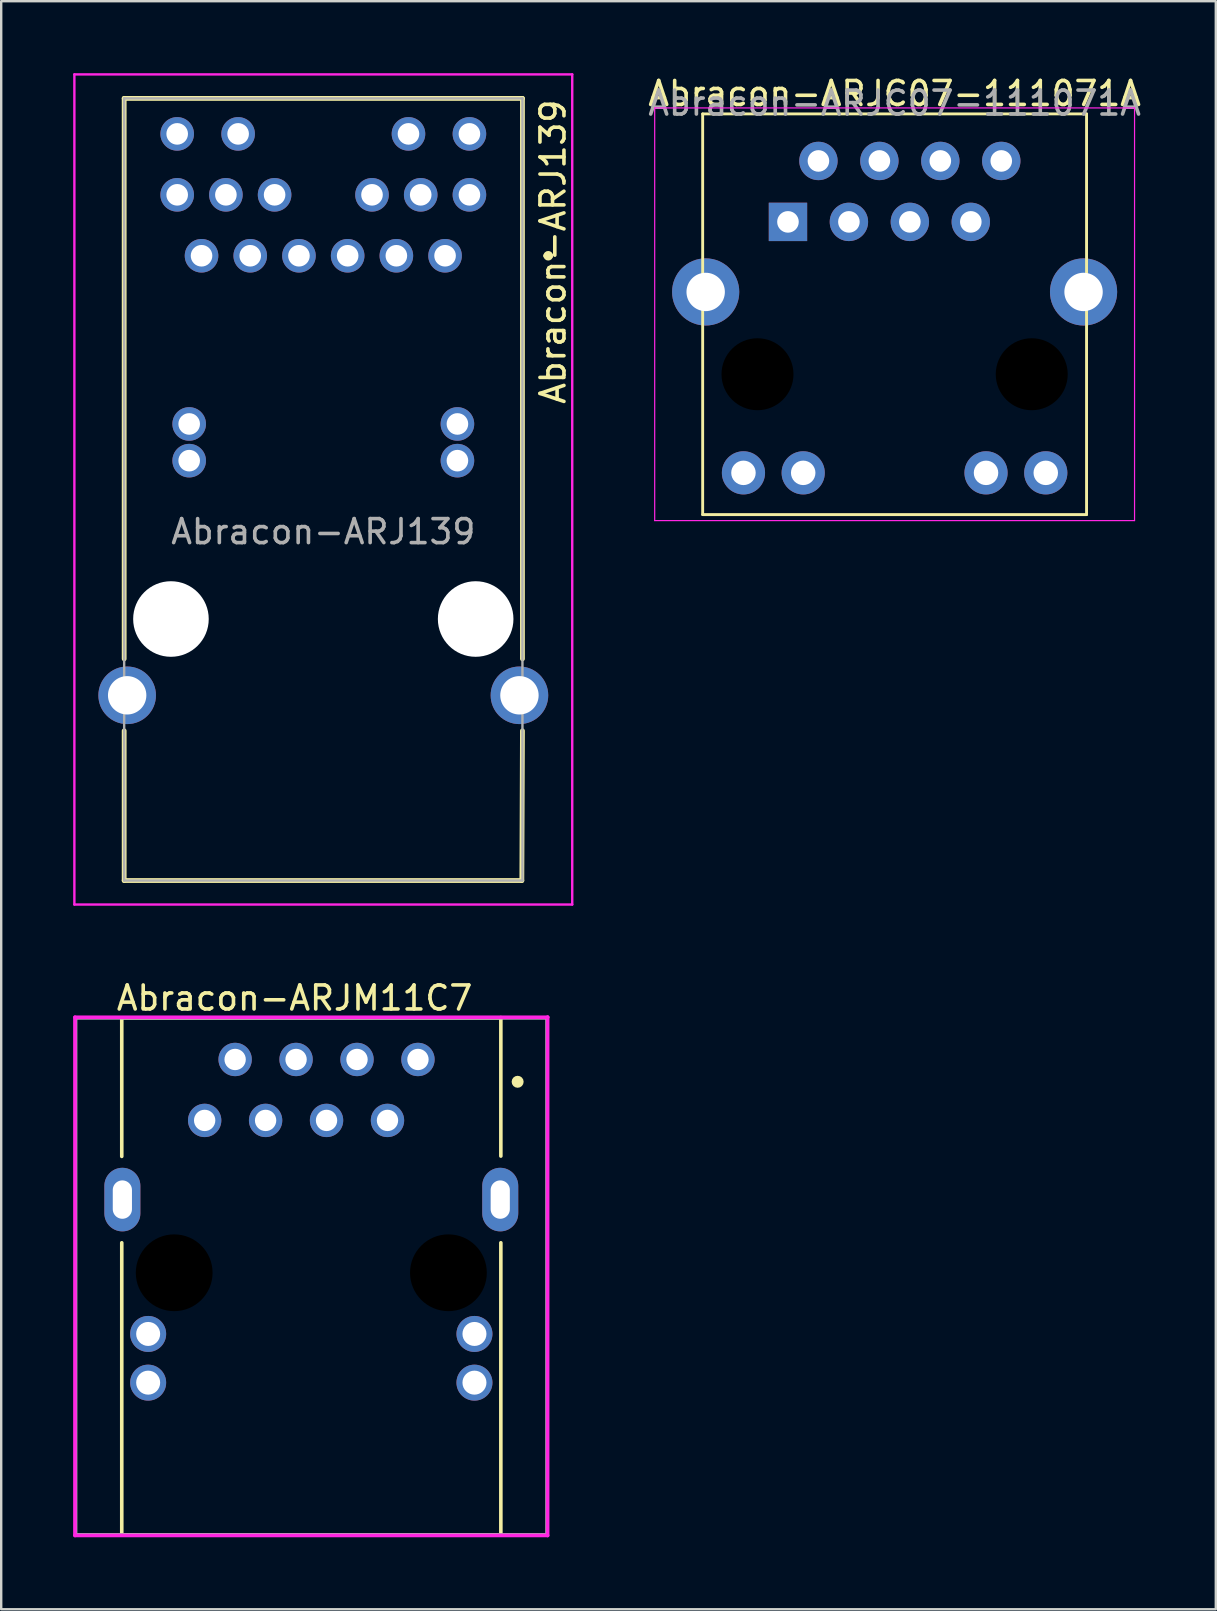
<source format=kicad_pcb>
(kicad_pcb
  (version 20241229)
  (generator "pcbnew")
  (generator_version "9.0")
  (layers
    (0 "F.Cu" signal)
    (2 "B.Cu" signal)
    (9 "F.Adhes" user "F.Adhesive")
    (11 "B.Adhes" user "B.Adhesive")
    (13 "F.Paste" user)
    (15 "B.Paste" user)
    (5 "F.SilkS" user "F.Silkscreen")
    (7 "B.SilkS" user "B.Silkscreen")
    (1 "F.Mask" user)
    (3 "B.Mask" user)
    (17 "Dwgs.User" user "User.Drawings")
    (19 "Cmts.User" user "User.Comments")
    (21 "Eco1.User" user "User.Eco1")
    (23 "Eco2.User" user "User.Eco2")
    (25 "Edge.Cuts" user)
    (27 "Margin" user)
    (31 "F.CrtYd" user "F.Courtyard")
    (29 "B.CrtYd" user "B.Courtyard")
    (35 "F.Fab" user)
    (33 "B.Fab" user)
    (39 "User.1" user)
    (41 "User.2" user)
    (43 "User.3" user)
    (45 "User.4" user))
  (footprint "Abracon-ARJC07-111071A"
    (layer "F.Cu")
    (at 34.237 10.048)
    (property "Reference" "Abracon-ARJC07-111071A" (at 0 -9.2 0) (unlocked yes) (layer "F.SilkS") (effects (font (size 1 1) (thickness 0.15))))
    (attr through_hole)
    (fp_line (start -8 8.35) (end -8 -8.35) (stroke (width 0.12) (type solid)) (layer "F.SilkS"))
    (fp_line (start 8 -8.35) (end -8 -8.35) (stroke (width 0.12) (type solid)) (layer "F.SilkS"))
    (fp_line (start 8 8.35) (end -8 8.35) (stroke (width 0.12) (type solid)) (layer "F.SilkS"))
    (fp_line (start 8 8.35) (end 8 -8.35) (stroke (width 0.12) (type solid)) (layer "F.SilkS"))
    (fp_line (start -10 -8.6) (end 10 -8.6) (stroke (width 0.05) (type solid)) (layer "F.CrtYd"))
    (fp_line (start -10 8.6) (end -10 -8.6) (stroke (width 0.05) (type solid)) (layer "F.CrtYd"))
    (fp_line (start 10 -8.6) (end 10 8.6) (stroke (width 0.05) (type solid)) (layer "F.CrtYd"))
    (fp_line (start 10 8.6) (end -10 8.6) (stroke (width 0.05) (type solid)) (layer "F.CrtYd"))
    (fp_text user "${REFERENCE}" (at 0 -8.8 0) (unlocked yes) (layer "F.Fab") (effects (font (size 1 1) (thickness 0.15))))
    (pad "" np_thru_hole circle (at -5.715 2.5) (size 3.2 3.2) (drill 3) (layers "*.Mask"))
    (pad "" np_thru_hole circle (at 5.715 2.5) (size 3.2 3.2) (drill 3) (layers "*.Mask"))
    (pad "1" thru_hole rect (at -4.445 -3.85) (size 1.6 1.6) (drill 0.9) (layers "*.Cu" "*.Mask"))
    (pad "2" thru_hole circle (at -3.175 -6.39) (size 1.6 1.6) (drill 0.9) (layers "*.Cu" "*.Mask"))
    (pad "3" thru_hole circle (at -1.905 -3.85) (size 1.6 1.6) (drill 0.9) (layers "*.Cu" "*.Mask"))
    (pad "4" thru_hole circle (at -0.635 -6.39) (size 1.6 1.6) (drill 0.9) (layers "*.Cu" "*.Mask"))
    (pad "5" thru_hole circle (at 0.635 -3.85) (size 1.6 1.6) (drill 0.9) (layers "*.Cu" "*.Mask"))
    (pad "6" thru_hole circle (at 1.905 -6.39) (size 1.6 1.6) (drill 0.9) (layers "*.Cu" "*.Mask"))
    (pad "7" thru_hole circle (at 3.175 -3.85) (size 1.6 1.6) (drill 0.9) (layers "*.Cu" "*.Mask"))
    (pad "8" thru_hole circle (at 4.445 -6.39) (size 1.6 1.6) (drill 0.9) (layers "*.Cu" "*.Mask"))
    (pad "9" thru_hole circle (at -6.3 6.61) (size 1.8 1.8) (drill 1.02) (layers "*.Cu" "*.Mask"))
    (pad "10" thru_hole circle (at -3.81 6.61) (size 1.8 1.8) (drill 1.02) (layers "*.Cu" "*.Mask"))
    (pad "11" thru_hole circle (at 3.81 6.61) (size 1.8 1.8) (drill 1.02) (layers "*.Cu" "*.Mask"))
    (pad "12" thru_hole circle (at 6.3 6.61) (size 1.8 1.8) (drill 1.02) (layers "*.Cu" "*.Mask"))
    (pad "S1" thru_hole circle (at -7.875 -0.93) (size 2.8 2.8) (drill 1.6) (layers "*.Cu" "*.Mask"))
    (pad "S2" thru_hole circle (at 7.875 -0.93) (size 2.8 2.8) (drill 1.6) (layers "*.Cu" "*.Mask")))
  (footprint "Abracon-ARJ139"
    (layer "F.Cu")
    (at 15.5 7.61)
    (property "Reference" "Abracon-ARJ139" (at 4.5 -6.6 90) (layer "F.SilkS") (effects (font (size 1 1) (thickness 0.15)) (justify right)))
    (attr through_hole)
    (fp_line (start -13.375 -6.56) (end 3.225 -6.56) (stroke (width 0.2) (type solid)) (layer "F.SilkS"))
    (fp_line (start -13.375 16.8) (end -13.375 -6.56) (stroke (width 0.2) (type solid)) (layer "F.SilkS"))
    (fp_line (start -13.375 26.04) (end -13.375 19.8) (stroke (width 0.2) (type solid)) (layer "F.SilkS"))
    (fp_line (start 3.2 26.04) (end -13.375 26.04) (stroke (width 0.2) (type solid)) (layer "F.SilkS"))
    (fp_line (start 3.225 -6.56) (end 3.225 16.8) (stroke (width 0.2) (type solid)) (layer "F.SilkS"))
    (fp_line (start 3.225 19.8) (end 3.2 26.04) (stroke (width 0.2) (type solid)) (layer "F.SilkS"))
    (fp_line (start 4.2 0) (end 4.2 0) (stroke (width 0.2) (type solid)) (layer "F.SilkS"))
    (fp_line (start 4.4 0) (end 4.4 0) (stroke (width 0.2) (type solid)) (layer "F.SilkS"))
    (fp_arc (start 4.2 0) (mid 4.3 -0.1) (end 4.4 0) (stroke (width 0.2) (type solid)) (layer "F.SilkS"))
    (fp_arc (start 4.4 0) (mid 4.3 0.1) (end 4.2 0) (stroke (width 0.2) (type solid)) (layer "F.SilkS"))
    (fp_line (start -15.45 -7.56) (end 5.3 -7.56) (stroke (width 0.1) (type solid)) (layer "F.CrtYd"))
    (fp_line (start -15.45 27.04) (end -15.45 -7.56) (stroke (width 0.1) (type solid)) (layer "F.CrtYd"))
    (fp_line (start 5.3 -7.56) (end 5.3 27.04) (stroke (width 0.1) (type solid)) (layer "F.CrtYd"))
    (fp_line (start 5.3 27.04) (end -15.45 27.04) (stroke (width 0.1) (type solid)) (layer "F.CrtYd"))
    (fp_line (start -13.375 -6.56) (end 3.225 -6.56) (stroke (width 0.1) (type solid)) (layer "F.Fab"))
    (fp_line (start -13.375 26.04) (end -13.375 -6.56) (stroke (width 0.1) (type solid)) (layer "F.Fab"))
    (fp_line (start 3.225 -6.56) (end 3.225 26.04) (stroke (width 0.1) (type solid)) (layer "F.Fab"))
    (fp_line (start 3.225 26.04) (end -13.375 26.04) (stroke (width 0.1) (type solid)) (layer "F.Fab"))
    (fp_text user "${REFERENCE}" (at -5.075 11.5 0) (layer "F.Fab") (effects (font (size 1 1) (thickness 0.15))))
    (pad "" np_thru_hole circle (at -11.425 15.14) (size 3.15 3.15) (drill 3.15) (layers "*.Cu" "*.Mask"))
    (pad "" np_thru_hole circle (at 1.275 15.14) (size 3.15 3.15) (drill 3.15) (layers "*.Cu" "*.Mask"))
    (pad "1" thru_hole circle (at 0 0) (size 1.4 1.4) (drill 0.9) (layers "*.Cu" "*.Mask"))
    (pad "2" thru_hole circle (at -2.03 0) (size 1.4 1.4) (drill 0.9) (layers "*.Cu" "*.Mask"))
    (pad "3" thru_hole circle (at -4.06 0) (size 1.4 1.4) (drill 0.9) (layers "*.Cu" "*.Mask"))
    (pad "4" thru_hole circle (at -6.09 0) (size 1.4 1.4) (drill 0.9) (layers "*.Cu" "*.Mask"))
    (pad "5" thru_hole circle (at -8.12 0) (size 1.4 1.4) (drill 0.9) (layers "*.Cu" "*.Mask"))
    (pad "6" thru_hole circle (at -10.15 0) (size 1.4 1.4) (drill 0.9) (layers "*.Cu" "*.Mask"))
    (pad "7" thru_hole circle (at 1.015 -2.54) (size 1.4 1.4) (drill 0.9) (layers "*.Cu" "*.Mask"))
    (pad "8" thru_hole circle (at -1.015 -2.54) (size 1.4 1.4) (drill 0.9) (layers "*.Cu" "*.Mask"))
    (pad "9" thru_hole circle (at -3.045 -2.54) (size 1.4 1.4) (drill 0.9) (layers "*.Cu" "*.Mask"))
    (pad "10" thru_hole circle (at -7.105 -2.54) (size 1.4 1.4) (drill 0.9) (layers "*.Cu" "*.Mask"))
    (pad "11" thru_hole circle (at -9.135 -2.54) (size 1.4 1.4) (drill 0.9) (layers "*.Cu" "*.Mask"))
    (pad "12" thru_hole circle (at -11.165 -2.54) (size 1.4 1.4) (drill 0.9) (layers "*.Cu" "*.Mask"))
    (pad "13" thru_hole circle (at 0.515 7.01) (size 1.4 1.4) (drill 0.9) (layers "*.Cu" "*.Mask"))
    (pad "14" thru_hole circle (at -10.665 7.01) (size 1.4 1.4) (drill 0.9) (layers "*.Cu" "*.Mask"))
    (pad "15" thru_hole circle (at 0.515 8.54) (size 1.4 1.4) (drill 0.9) (layers "*.Cu" "*.Mask"))
    (pad "16" thru_hole circle (at -10.665 8.54) (size 1.4 1.4) (drill 0.9) (layers "*.Cu" "*.Mask"))
    (pad "17" thru_hole circle (at 1.015 -5.08) (size 1.4 1.4) (drill 0.9) (layers "*.Cu" "*.Mask"))
    (pad "18" thru_hole circle (at -1.525 -5.08) (size 1.4 1.4) (drill 0.9) (layers "*.Cu" "*.Mask"))
    (pad "19" thru_hole circle (at -8.625 -5.08) (size 1.4 1.4) (drill 0.9) (layers "*.Cu" "*.Mask"))
    (pad "20" thru_hole circle (at -11.165 -5.08) (size 1.4 1.4) (drill 0.9) (layers "*.Cu" "*.Mask"))
    (pad "SH1" thru_hole circle (at 3.1 18.32) (size 2.4 2.4) (drill 1.6) (layers "*.Cu" "*.Mask"))
    (pad "SH2" thru_hole circle (at -13.25 18.32) (size 2.4 2.4) (drill 1.6) (layers "*.Cu" "*.Mask")))
  (footprint "Abracon-ARJM11C7"
    (layer "F.Cu")
    (at 9.925 50.148)
    (property "Reference" "Abracon-ARJM11C7" (at -8.2 -11.6 0) (layer "F.SilkS") (effects (font (size 1 1) (thickness 0.15)) (justify left)))
    (attr through_hole)
    (fp_line (start -7.9 -10.775) (end 7.9 -10.775) (stroke (width 0.15) (type solid)) (layer "F.SilkS"))
    (fp_line (start -7.9 -5) (end -7.9 -10.775) (stroke (width 0.15) (type solid)) (layer "F.SilkS"))
    (fp_line (start -7.9 10.775) (end -7.9 -1.4) (stroke (width 0.15) (type solid)) (layer "F.SilkS"))
    (fp_line (start -7.9 10.775) (end 7.9 10.775) (stroke (width 0.15) (type solid)) (layer "F.SilkS"))
    (fp_line (start 7.9 -5.013) (end 7.9 -10.787) (stroke (width 0.15) (type solid)) (layer "F.SilkS"))
    (fp_line (start 7.9 10.775) (end 7.9 -1.4) (stroke (width 0.15) (type solid)) (layer "F.SilkS"))
    (fp_circle (center 8.6 -8.11) (end 8.725 -8.11) (stroke (width 0.25) (type solid)) (fill no) (layer "F.SilkS"))
    (fp_line (start -9.85 -10.8) (end -9.85 10.8) (stroke (width 0.15) (type solid)) (layer "F.CrtYd"))
    (fp_line (start -9.85 10.8) (end 9.85 10.8) (stroke (width 0.15) (type solid)) (layer "F.CrtYd"))
    (fp_line (start 9.85 -10.8) (end -9.85 -10.8) (stroke (width 0.15) (type solid)) (layer "F.CrtYd"))
    (fp_line (start 9.85 -10.8) (end 9.85 -10.8) (stroke (width 0.15) (type solid)) (layer "F.CrtYd"))
    (fp_line (start 9.85 10.8) (end 9.85 -10.8) (stroke (width 0.15) (type solid)) (layer "F.CrtYd"))
    (fp_line (start -9.825 -10.775) (end 9.825 -10.775) (stroke (width 0.15) (type solid)) (layer "F.Fab"))
    (fp_line (start -9.825 10.775) (end -9.825 -10.775) (stroke (width 0.15) (type solid)) (layer "F.Fab"))
    (fp_line (start 9.825 -10.775) (end 9.825 10.775) (stroke (width 0.15) (type solid)) (layer "F.Fab"))
    (fp_line (start 9.825 10.775) (end -9.825 10.775) (stroke (width 0.15) (type solid)) (layer "F.Fab"))
    (pad "" np_thru_hole circle (at -5.715 -0.15) (size 3.25 3.25) (drill 3.2) (layers "*.Mask"))
    (pad "" np_thru_hole circle (at 5.715 -0.15) (size 3.25 3.25) (drill 3.2) (layers "*.Mask"))
    (pad "1" thru_hole circle (at 4.445 -9.04) (size 1.39 1.39) (drill 0.89) (layers "*.Cu" "*.Mask"))
    (pad "2" thru_hole circle (at 3.175 -6.5) (size 1.39 1.39) (drill 0.89) (layers "*.Cu" "*.Mask"))
    (pad "3" thru_hole circle (at 1.905 -9.04) (size 1.39 1.39) (drill 0.89) (layers "*.Cu" "*.Mask"))
    (pad "4" thru_hole circle (at 0.635 -6.5) (size 1.39 1.39) (drill 0.89) (layers "*.Cu" "*.Mask"))
    (pad "5" thru_hole circle (at -0.635 -9.04) (size 1.39 1.39) (drill 0.89) (layers "*.Cu" "*.Mask"))
    (pad "6" thru_hole circle (at -1.905 -6.5) (size 1.39 1.39) (drill 0.89) (layers "*.Cu" "*.Mask"))
    (pad "7" thru_hole circle (at -3.175 -9.04) (size 1.39 1.39) (drill 0.89) (layers "*.Cu" "*.Mask"))
    (pad "8" thru_hole circle (at -4.445 -6.5) (size 1.39 1.39) (drill 0.89) (layers "*.Cu" "*.Mask"))
    (pad "9" thru_hole circle (at -6.8 2.4) (size 1.5 1.5) (drill 1) (layers "*.Cu" "*.Mask"))
    (pad "10" thru_hole circle (at -6.8 4.43) (size 1.5 1.5) (drill 1) (layers "*.Cu" "*.Mask"))
    (pad "11" thru_hole circle (at 6.8 2.4) (size 1.5 1.5) (drill 1) (layers "*.Cu" "*.Mask"))
    (pad "12" thru_hole circle (at 6.8 4.43) (size 1.5 1.5) (drill 1) (layers "*.Cu" "*.Mask"))
    (pad "S1" thru_hole oval (at -7.875 -3.2) (size 1.5 2.65) (drill oval 0.8 1.6) (layers "*.Cu" "*.Mask"))
    (pad "S2" thru_hole oval (at 7.875 -3.2) (size 1.5 2.65) (drill oval 0.8 1.6) (layers "*.Cu" "*.Mask")))
  (gr_rect
    (start -3 -3)
    (end 47.624 64.023)
    (stroke (width 0.1) (type default))
    (fill no)
    (layer "Edge.Cuts")))
</source>
